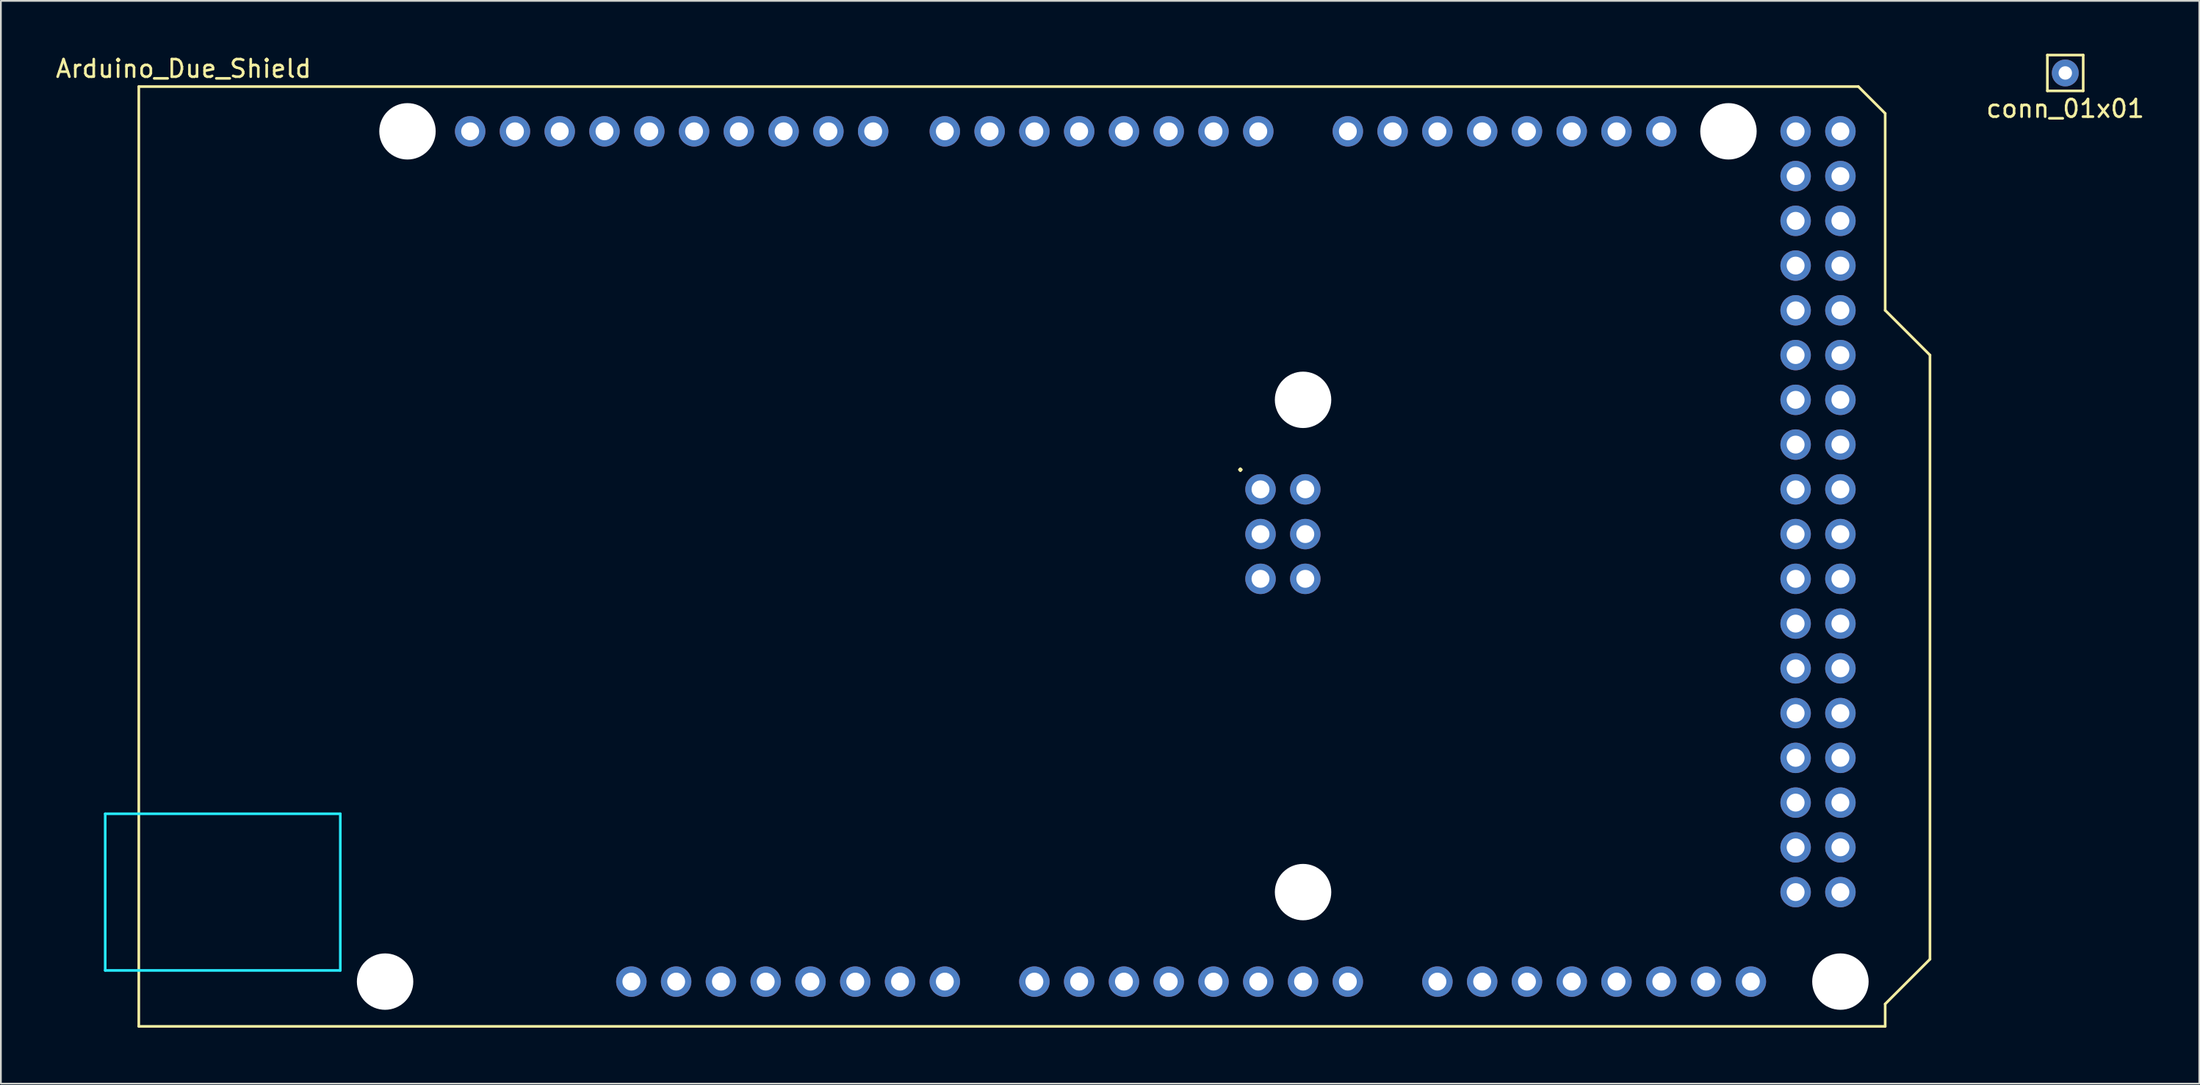
<source format=kicad_pcb>
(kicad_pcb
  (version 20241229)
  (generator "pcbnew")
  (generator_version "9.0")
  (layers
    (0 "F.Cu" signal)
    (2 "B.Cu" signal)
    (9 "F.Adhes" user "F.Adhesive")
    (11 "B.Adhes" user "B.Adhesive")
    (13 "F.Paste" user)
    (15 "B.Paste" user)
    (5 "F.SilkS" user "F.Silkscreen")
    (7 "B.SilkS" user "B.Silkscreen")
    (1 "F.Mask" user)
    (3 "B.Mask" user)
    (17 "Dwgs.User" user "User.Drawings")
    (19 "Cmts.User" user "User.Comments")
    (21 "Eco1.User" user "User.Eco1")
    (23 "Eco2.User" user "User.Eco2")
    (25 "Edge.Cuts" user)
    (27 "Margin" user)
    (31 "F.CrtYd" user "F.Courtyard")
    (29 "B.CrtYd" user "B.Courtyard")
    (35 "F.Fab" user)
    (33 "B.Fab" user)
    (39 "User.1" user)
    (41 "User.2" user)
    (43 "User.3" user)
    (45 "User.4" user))
  (footprint "Arduino_Due_Shield"
    (layer "F.Cu")
    (at 4.823 55.204)
    (property "Reference" "Arduino_Due_Shield" (at 2.54 -54.356 0) (layer "F.SilkS") (effects (font (size 1 1) (thickness 0.15))))
    (attr through_hole)
    (fp_line (start 0 -53.34) (end 0 0) (stroke (width 0.15) (type solid)) (layer "F.SilkS"))
    (fp_line (start 0 -53.34) (end 97.536 -53.34) (stroke (width 0.15) (type solid)) (layer "F.SilkS"))
    (fp_line (start 0 0) (end 99.06 0) (stroke (width 0.15) (type solid)) (layer "F.SilkS"))
    (fp_line (start 97.536 -53.34) (end 99.06 -51.816) (stroke (width 0.15) (type solid)) (layer "F.SilkS"))
    (fp_line (start 99.06 -40.64) (end 99.06 -51.816) (stroke (width 0.15) (type solid)) (layer "F.SilkS"))
    (fp_line (start 99.06 -1.27) (end 101.6 -3.81) (stroke (width 0.15) (type solid)) (layer "F.SilkS"))
    (fp_line (start 99.06 0) (end 99.06 -1.27) (stroke (width 0.15) (type solid)) (layer "F.SilkS"))
    (fp_line (start 101.6 -38.1) (end 99.06 -40.64) (stroke (width 0.15) (type solid)) (layer "F.SilkS"))
    (fp_line (start 101.6 -3.81) (end 101.6 -38.1) (stroke (width 0.15) (type solid)) (layer "F.SilkS"))
    (fp_line (start -1.905 -12.065) (end -1.905 -3.175) (stroke (width 0.15) (type solid)) (layer "B.CrtYd"))
    (fp_line (start -1.905 -12.065) (end 11.43 -12.065) (stroke (width 0.15) (type solid)) (layer "B.CrtYd"))
    (fp_line (start -1.905 -3.175) (end 11.43 -3.175) (stroke (width 0.15) (type solid)) (layer "B.CrtYd"))
    (fp_line (start 11.43 -12.065) (end 11.43 -3.175) (stroke (width 0.15) (type solid)) (layer "B.CrtYd"))
    (fp_text user "." (at 62.484 -32.004 0) (layer "F.SilkS") (effects (font (size 1 1) (thickness 0.15))))
    (pad "" np_thru_hole circle (at 13.97 -2.54) (size 3.2 3.2) (drill 3.2) (layers "*.Cu" "*.Mask"))
    (pad "" np_thru_hole circle (at 15.24 -50.8) (size 3.2 3.2) (drill 3.2) (layers "*.Cu" "*.Mask"))
    (pad "" thru_hole oval (at 27.94 -2.54) (size 1.727 1.727) (drill 1.016) (layers "*.Cu" "*.Mask"))
    (pad "" np_thru_hole circle (at 66.04 -35.56) (size 3.2 3.2) (drill 3.2) (layers "*.Cu" "*.Mask"))
    (pad "" np_thru_hole circle (at 66.04 -7.62) (size 3.2 3.2) (drill 3.2) (layers "*.Cu" "*.Mask"))
    (pad "" np_thru_hole circle (at 90.17 -50.8) (size 3.2 3.2) (drill 3.2) (layers "*.Cu" "*.Mask"))
    (pad "" np_thru_hole circle (at 96.52 -2.54) (size 3.2 3.2) (drill 3.2) (layers "*.Cu" "*.Mask"))
    (pad "3.3V" thru_hole oval (at 35.56 -2.54) (size 1.727 1.727) (drill 1.016) (layers "*.Cu" "*.Mask"))
    (pad "5V1" thru_hole oval (at 38.1 -2.54) (size 1.727 1.727) (drill 1.016) (layers "*.Cu" "*.Mask"))
    (pad "5V2" thru_hole oval (at 66.167 -30.48) (size 1.727 1.727) (drill 1.016) (layers "*.Cu" "*.Mask"))
    (pad "5V3" thru_hole oval (at 93.98 -50.8) (size 1.727 1.727) (drill 1.016) (layers "*.Cu" "*.Mask"))
    (pad "5V4" thru_hole oval (at 96.52 -50.8) (size 1.727 1.727) (drill 1.016) (layers "*.Cu" "*.Mask"))
    (pad "A0" thru_hole oval (at 50.8 -2.54) (size 1.727 1.727) (drill 1.016) (layers "*.Cu" "*.Mask"))
    (pad "A1" thru_hole oval (at 53.34 -2.54) (size 1.727 1.727) (drill 1.016) (layers "*.Cu" "*.Mask"))
    (pad "A2" thru_hole oval (at 55.88 -2.54) (size 1.727 1.727) (drill 1.016) (layers "*.Cu" "*.Mask"))
    (pad "A3" thru_hole oval (at 58.42 -2.54) (size 1.727 1.727) (drill 1.016) (layers "*.Cu" "*.Mask"))
    (pad "A4" thru_hole oval (at 60.96 -2.54) (size 1.727 1.727) (drill 1.016) (layers "*.Cu" "*.Mask"))
    (pad "A5" thru_hole oval (at 63.5 -2.54) (size 1.727 1.727) (drill 1.016) (layers "*.Cu" "*.Mask"))
    (pad "A6" thru_hole oval (at 66.04 -2.54) (size 1.727 1.727) (drill 1.016) (layers "*.Cu" "*.Mask"))
    (pad "A7" thru_hole oval (at 68.58 -2.54) (size 1.727 1.727) (drill 1.016) (layers "*.Cu" "*.Mask"))
    (pad "A8" thru_hole oval (at 73.66 -2.54) (size 1.727 1.727) (drill 1.016) (layers "*.Cu" "*.Mask"))
    (pad "A9" thru_hole oval (at 76.2 -2.54) (size 1.727 1.727) (drill 1.016) (layers "*.Cu" "*.Mask"))
    (pad "A10" thru_hole oval (at 78.74 -2.54) (size 1.727 1.727) (drill 1.016) (layers "*.Cu" "*.Mask"))
    (pad "A11" thru_hole oval (at 81.28 -2.54) (size 1.727 1.727) (drill 1.016) (layers "*.Cu" "*.Mask"))
    (pad "AREF" thru_hole oval (at 23.876 -50.8) (size 1.727 1.727) (drill 1.016) (layers "*.Cu" "*.Mask"))
    (pad "CANR" thru_hole oval (at 88.9 -2.54) (size 1.727 1.727) (drill 1.016) (layers "*.Cu" "*.Mask"))
    (pad "CANT" thru_hole oval (at 91.44 -2.54) (size 1.727 1.727) (drill 1.016) (layers "*.Cu" "*.Mask"))
    (pad "D0" thru_hole oval (at 63.5 -50.8) (size 1.727 1.727) (drill 1.016) (layers "*.Cu" "*.Mask"))
    (pad "D1" thru_hole oval (at 60.96 -50.8) (size 1.727 1.727) (drill 1.016) (layers "*.Cu" "*.Mask"))
    (pad "D2" thru_hole oval (at 58.42 -50.8) (size 1.727 1.727) (drill 1.016) (layers "*.Cu" "*.Mask"))
    (pad "D3" thru_hole oval (at 55.88 -50.8) (size 1.727 1.727) (drill 1.016) (layers "*.Cu" "*.Mask"))
    (pad "D4" thru_hole oval (at 53.34 -50.8) (size 1.727 1.727) (drill 1.016) (layers "*.Cu" "*.Mask"))
    (pad "D5" thru_hole oval (at 50.8 -50.8) (size 1.727 1.727) (drill 1.016) (layers "*.Cu" "*.Mask"))
    (pad "D6" thru_hole oval (at 48.26 -50.8) (size 1.727 1.727) (drill 1.016) (layers "*.Cu" "*.Mask"))
    (pad "D7" thru_hole oval (at 45.72 -50.8) (size 1.727 1.727) (drill 1.016) (layers "*.Cu" "*.Mask"))
    (pad "D8" thru_hole oval (at 41.656 -50.8) (size 1.727 1.727) (drill 1.016) (layers "*.Cu" "*.Mask"))
    (pad "D9" thru_hole oval (at 39.116 -50.8) (size 1.727 1.727) (drill 1.016) (layers "*.Cu" "*.Mask"))
    (pad "D10" thru_hole oval (at 36.576 -50.8) (size 1.727 1.727) (drill 1.016) (layers "*.Cu" "*.Mask"))
    (pad "D11" thru_hole oval (at 34.036 -50.8) (size 1.727 1.727) (drill 1.016) (layers "*.Cu" "*.Mask"))
    (pad "D12" thru_hole oval (at 31.496 -50.8) (size 1.727 1.727) (drill 1.016) (layers "*.Cu" "*.Mask"))
    (pad "D13" thru_hole oval (at 28.956 -50.8) (size 1.727 1.727) (drill 1.016) (layers "*.Cu" "*.Mask"))
    (pad "D14" thru_hole oval (at 68.58 -50.8) (size 1.727 1.727) (drill 1.016) (layers "*.Cu" "*.Mask"))
    (pad "D15" thru_hole oval (at 71.12 -50.8) (size 1.727 1.727) (drill 1.016) (layers "*.Cu" "*.Mask"))
    (pad "D16" thru_hole oval (at 73.66 -50.8) (size 1.727 1.727) (drill 1.016) (layers "*.Cu" "*.Mask"))
    (pad "D17" thru_hole oval (at 76.2 -50.8) (size 1.727 1.727) (drill 1.016) (layers "*.Cu" "*.Mask"))
    (pad "D18" thru_hole oval (at 78.74 -50.8) (size 1.727 1.727) (drill 1.016) (layers "*.Cu" "*.Mask"))
    (pad "D19" thru_hole oval (at 81.28 -50.8) (size 1.727 1.727) (drill 1.016) (layers "*.Cu" "*.Mask"))
    (pad "D20" thru_hole oval (at 83.82 -50.8) (size 1.727 1.727) (drill 1.016) (layers "*.Cu" "*.Mask"))
    (pad "D21" thru_hole oval (at 86.36 -50.8) (size 1.727 1.727) (drill 1.016) (layers "*.Cu" "*.Mask"))
    (pad "D22" thru_hole oval (at 93.98 -48.26) (size 1.727 1.727) (drill 1.016) (layers "*.Cu" "*.Mask"))
    (pad "D23" thru_hole oval (at 96.52 -48.26) (size 1.727 1.727) (drill 1.016) (layers "*.Cu" "*.Mask"))
    (pad "D24" thru_hole oval (at 93.98 -45.72) (size 1.727 1.727) (drill 1.016) (layers "*.Cu" "*.Mask"))
    (pad "D25" thru_hole oval (at 96.52 -45.72) (size 1.727 1.727) (drill 1.016) (layers "*.Cu" "*.Mask"))
    (pad "D26" thru_hole oval (at 93.98 -43.18) (size 1.727 1.727) (drill 1.016) (layers "*.Cu" "*.Mask"))
    (pad "D27" thru_hole oval (at 96.52 -43.18) (size 1.727 1.727) (drill 1.016) (layers "*.Cu" "*.Mask"))
    (pad "D28" thru_hole oval (at 93.98 -40.64) (size 1.727 1.727) (drill 1.016) (layers "*.Cu" "*.Mask"))
    (pad "D29" thru_hole oval (at 96.52 -40.64) (size 1.727 1.727) (drill 1.016) (layers "*.Cu" "*.Mask"))
    (pad "D30" thru_hole oval (at 93.98 -38.1) (size 1.727 1.727) (drill 1.016) (layers "*.Cu" "*.Mask"))
    (pad "D31" thru_hole oval (at 96.52 -38.1) (size 1.727 1.727) (drill 1.016) (layers "*.Cu" "*.Mask"))
    (pad "D32" thru_hole oval (at 93.98 -35.56) (size 1.727 1.727) (drill 1.016) (layers "*.Cu" "*.Mask"))
    (pad "D33" thru_hole oval (at 96.52 -35.56) (size 1.727 1.727) (drill 1.016) (layers "*.Cu" "*.Mask"))
    (pad "D34" thru_hole oval (at 93.98 -33.02) (size 1.727 1.727) (drill 1.016) (layers "*.Cu" "*.Mask"))
    (pad "D35" thru_hole oval (at 96.52 -33.02) (size 1.727 1.727) (drill 1.016) (layers "*.Cu" "*.Mask"))
    (pad "D36" thru_hole oval (at 93.98 -30.48) (size 1.727 1.727) (drill 1.016) (layers "*.Cu" "*.Mask"))
    (pad "D37" thru_hole oval (at 96.52 -30.48) (size 1.727 1.727) (drill 1.016) (layers "*.Cu" "*.Mask"))
    (pad "D38" thru_hole oval (at 93.98 -27.94) (size 1.727 1.727) (drill 1.016) (layers "*.Cu" "*.Mask"))
    (pad "D39" thru_hole oval (at 96.52 -27.94) (size 1.727 1.727) (drill 1.016) (layers "*.Cu" "*.Mask"))
    (pad "D40" thru_hole oval (at 93.98 -25.4) (size 1.727 1.727) (drill 1.016) (layers "*.Cu" "*.Mask"))
    (pad "D41" thru_hole oval (at 96.52 -25.4) (size 1.727 1.727) (drill 1.016) (layers "*.Cu" "*.Mask"))
    (pad "D42" thru_hole oval (at 93.98 -22.86) (size 1.727 1.727) (drill 1.016) (layers "*.Cu" "*.Mask"))
    (pad "D43" thru_hole oval (at 96.52 -22.86) (size 1.727 1.727) (drill 1.016) (layers "*.Cu" "*.Mask"))
    (pad "D44" thru_hole oval (at 93.98 -20.32) (size 1.727 1.727) (drill 1.016) (layers "*.Cu" "*.Mask"))
    (pad "D45" thru_hole oval (at 96.52 -20.32) (size 1.727 1.727) (drill 1.016) (layers "*.Cu" "*.Mask"))
    (pad "D46" thru_hole oval (at 93.98 -17.78) (size 1.727 1.727) (drill 1.016) (layers "*.Cu" "*.Mask"))
    (pad "D47" thru_hole oval (at 96.52 -17.78) (size 1.727 1.727) (drill 1.016) (layers "*.Cu" "*.Mask"))
    (pad "D48" thru_hole oval (at 93.98 -15.24) (size 1.727 1.727) (drill 1.016) (layers "*.Cu" "*.Mask"))
    (pad "D49" thru_hole oval (at 96.52 -15.24) (size 1.727 1.727) (drill 1.016) (layers "*.Cu" "*.Mask"))
    (pad "D50" thru_hole oval (at 93.98 -12.7) (size 1.727 1.727) (drill 1.016) (layers "*.Cu" "*.Mask"))
    (pad "D51" thru_hole oval (at 96.52 -12.7) (size 1.727 1.727) (drill 1.016) (layers "*.Cu" "*.Mask"))
    (pad "D52" thru_hole oval (at 93.98 -10.16) (size 1.727 1.727) (drill 1.016) (layers "*.Cu" "*.Mask"))
    (pad "D53" thru_hole oval (at 96.52 -10.16) (size 1.727 1.727) (drill 1.016) (layers "*.Cu" "*.Mask"))
    (pad "DAC0" thru_hole oval (at 83.82 -2.54) (size 1.727 1.727) (drill 1.016) (layers "*.Cu" "*.Mask"))
    (pad "DAC1" thru_hole oval (at 86.36 -2.54) (size 1.727 1.727) (drill 1.016) (layers "*.Cu" "*.Mask"))
    (pad "GND1" thru_hole oval (at 26.416 -50.8) (size 1.727 1.727) (drill 1.016) (layers "*.Cu" "*.Mask"))
    (pad "GND2" thru_hole oval (at 40.64 -2.54) (size 1.727 1.727) (drill 1.016) (layers "*.Cu" "*.Mask"))
    (pad "GND3" thru_hole oval (at 43.18 -2.54) (size 1.727 1.727) (drill 1.016) (layers "*.Cu" "*.Mask"))
    (pad "GND4" thru_hole oval (at 66.167 -25.4) (size 1.727 1.727) (drill 1.016) (layers "*.Cu" "*.Mask"))
    (pad "GND5" thru_hole oval (at 93.98 -7.62) (size 1.727 1.727) (drill 1.016) (layers "*.Cu" "*.Mask"))
    (pad "GND6" thru_hole oval (at 96.52 -7.62) (size 1.727 1.727) (drill 1.016) (layers "*.Cu" "*.Mask"))
    (pad "IORF" thru_hole oval (at 30.48 -2.54) (size 1.727 1.727) (drill 1.016) (layers "*.Cu" "*.Mask"))
    (pad "MISO" thru_hole oval (at 63.627 -30.48) (size 1.727 1.727) (drill 1.016) (layers "*.Cu" "*.Mask"))
    (pad "MOSI" thru_hole oval (at 66.167 -27.94) (size 1.727 1.727) (drill 1.016) (layers "*.Cu" "*.Mask"))
    (pad "RST1" thru_hole oval (at 33.02 -2.54) (size 1.727 1.727) (drill 1.016) (layers "*.Cu" "*.Mask"))
    (pad "RST2" thru_hole oval (at 63.627 -25.4) (size 1.727 1.727) (drill 1.016) (layers "*.Cu" "*.Mask"))
    (pad "SCK" thru_hole oval (at 63.627 -27.94) (size 1.727 1.727) (drill 1.016) (layers "*.Cu" "*.Mask"))
    (pad "SCL1" thru_hole oval (at 18.796 -50.8) (size 1.727 1.727) (drill 1.016) (layers "*.Cu" "*.Mask"))
    (pad "SDA1" thru_hole oval (at 21.336 -50.8) (size 1.727 1.727) (drill 1.016) (layers "*.Cu" "*.Mask"))
    (pad "VIN" thru_hole oval (at 45.72 -2.54) (size 1.727 1.727) (drill 1.016) (layers "*.Cu" "*.Mask")))
  (footprint "conn_01x01"
    (layer "F.Cu")
    (at 114.099 1.091)
    (property "Reference" "conn_01x01" (at 0 2.024 0) (layer "F.SilkS") (effects (font (size 1 1) (thickness 0.15))))
    (attr through_hole)
    (fp_line (start -1.016 -1.016) (end 1.016 -1.016) (stroke (width 0.15) (type solid)) (layer "F.SilkS"))
    (fp_line (start -1.016 1.016) (end -1.016 -1.016) (stroke (width 0.15) (type solid)) (layer "F.SilkS"))
    (fp_line (start 1.016 -1.016) (end 1.016 1.016) (stroke (width 0.15) (type solid)) (layer "F.SilkS"))
    (fp_line (start 1.016 1.016) (end -1.016 1.016) (stroke (width 0.15) (type solid)) (layer "F.SilkS"))
    (pad "1" thru_hole circle (at 0 0) (size 1.524 1.524) (drill 0.762) (layers "*.Cu" "*.Mask")))
  (gr_rect
    (start -3 -3)
    (end 121.7 58.454)
    (stroke (width 0.1) (type default))
    (fill no)
    (layer "Edge.Cuts")))
</source>
